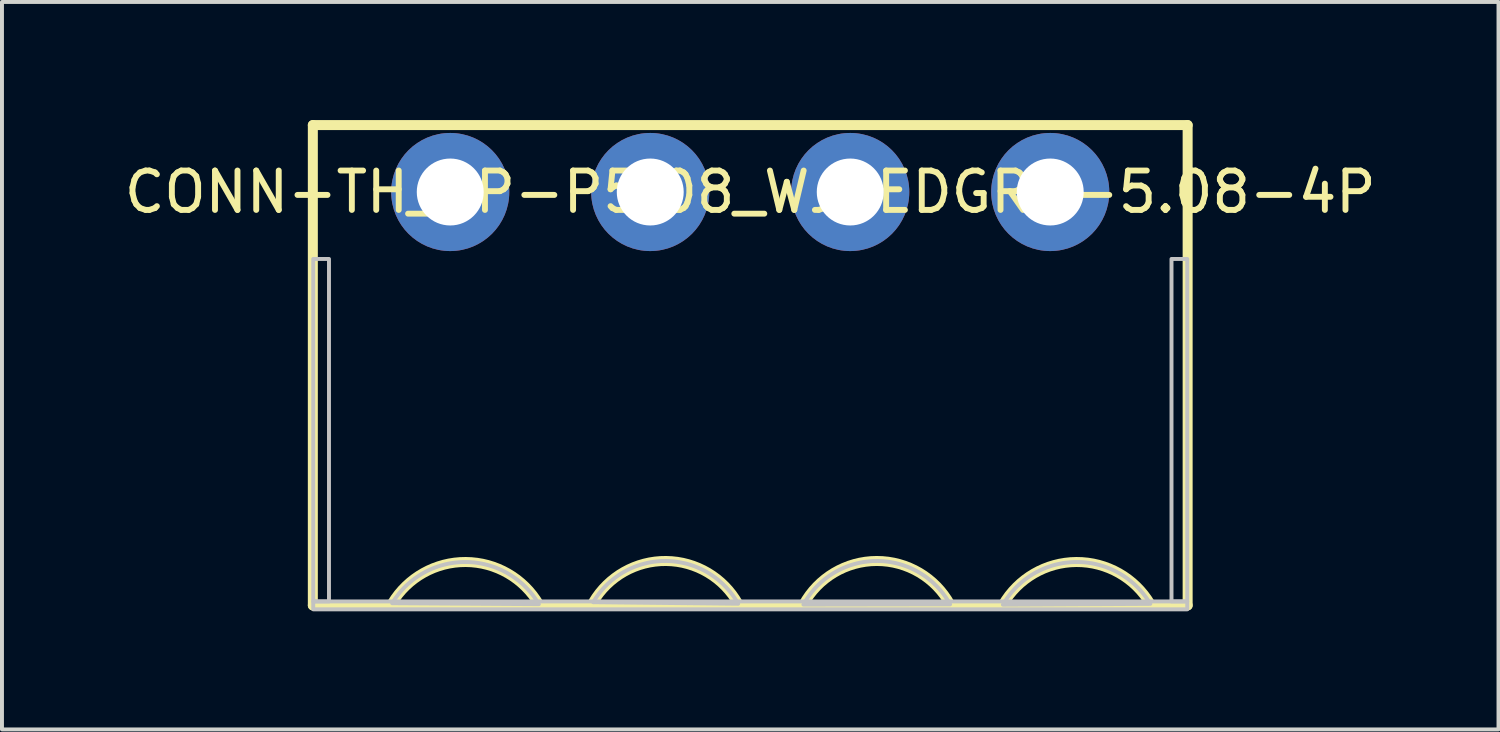
<source format=kicad_pcb>
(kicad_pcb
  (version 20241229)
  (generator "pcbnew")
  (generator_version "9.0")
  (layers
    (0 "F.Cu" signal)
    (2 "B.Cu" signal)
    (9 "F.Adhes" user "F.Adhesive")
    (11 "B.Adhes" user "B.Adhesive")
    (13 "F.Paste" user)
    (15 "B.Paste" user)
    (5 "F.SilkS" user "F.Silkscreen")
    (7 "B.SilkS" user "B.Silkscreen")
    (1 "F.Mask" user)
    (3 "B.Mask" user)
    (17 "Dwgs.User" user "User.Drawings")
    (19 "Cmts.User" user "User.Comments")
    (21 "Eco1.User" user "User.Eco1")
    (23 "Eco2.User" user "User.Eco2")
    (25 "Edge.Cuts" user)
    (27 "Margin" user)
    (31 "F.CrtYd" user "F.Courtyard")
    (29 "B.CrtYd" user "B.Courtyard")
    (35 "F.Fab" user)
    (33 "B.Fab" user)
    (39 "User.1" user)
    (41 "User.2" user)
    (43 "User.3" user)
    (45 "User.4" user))
  (footprint "CONN-TH_4P-P5.08_WJ2EDGRC-5.08-4P"
    (layer "F.Cu")
    (at 16.006 1.827)
    (property "Reference" "CONN-TH_4P-P5.08_WJ2EDGRC-5.08-4P" (at 0 0 0) (unlocked yes) (layer "F.SilkS") (effects (font (size 1 1) (thickness 0.15))))
    (fp_line (start -11.11 -1.7) (end -11.11 10.5) (stroke (width 0.254) (type default)) (layer "F.SilkS"))
    (fp_line (start -11.11 10.5) (end 11.11 10.5) (stroke (width 0.254) (type default)) (layer "F.SilkS"))
    (fp_line (start 11.11 -1.7) (end -11.11 -1.7) (stroke (width 0.254) (type default)) (layer "F.SilkS"))
    (fp_line (start 11.11 10.5) (end 11.11 -1.7) (stroke (width 0.254) (type default)) (layer "F.SilkS"))
    (fp_arc (start -9.0955 10.445) (mid -7.225323 9.397832) (end -5.3685 10.4685) (stroke (width 0.254) (type default)) (layer "F.SilkS"))
    (fp_arc (start -3.9895 10.419) (mid -2.136488 9.372042) (end -0.306 10.458) (stroke (width 0.254) (type default)) (layer "F.SilkS"))
    (fp_arc (start 1.351 10.479) (mid 3.212368 9.371913) (end 5.077 10.4735) (stroke (width 0.254) (type default)) (layer "F.SilkS"))
    (fp_arc (start 6.417 10.4825) (mid 8.283408 9.397955) (end 10.162 10.4615) (stroke (width 0.254) (type default)) (layer "F.SilkS"))
    (fp_poly (pts (xy -11.1 10.4) (xy -11.1 1.7) (xy -10.7 1.7) (xy -10.7 10.4)) (stroke (width 0.1) (type default)) (fill no) (layer "Dwgs.User"))
    (fp_poly (pts (xy -11.1 10.4) (xy 11.1 10.4) (xy 11.1 10.6) (xy -11.1 10.6)) (stroke (width 0.1) (type default)) (fill no) (layer "Dwgs.User"))
    (fp_poly (pts (xy 11.1 10.4) (xy 11.1 1.7) (xy 10.7 1.7) (xy 10.7 10.4)) (stroke (width 0.1) (type default)) (fill no) (layer "Dwgs.User"))
    (fp_poly (pts (xy -7.144 9.4) (xy -7.21 9.398) (xy -7.277 9.398) (xy -7.343 9.4) (xy -7.409 9.405) (xy -7.475 9.411) (xy -7.541 9.419) (xy -7.606 9.429) (xy -7.672 9.441) (xy -7.737 9.456) (xy -7.801 9.472) (xy -7.865 9.49) (xy -7.928 9.51) (xy -7.991 9.532) (xy -8.053 9.556) (xy -8.114 9.582) (xy -8.175 9.61) (xy -8.233 9.639) (xy -8.292 9.671) (xy -8.35 9.704) (xy -8.406 9.739) (xy -8.461 9.775) (xy -8.516 9.813) (xy -8.569 9.854) (xy -8.621 9.895) (xy -8.671 9.938) (xy -8.72 9.982) (xy -8.768 10.028) (xy -8.815 10.076) (xy -8.86 10.125) (xy -8.903 10.175) (xy -8.944 10.227) (xy -8.985 10.28) (xy -9.024 10.334) (xy -9.06 10.389) (xy -9.095 10.445) (xy -5.369 10.469) (xy -5.387 10.438) (xy -5.423 10.382) (xy -5.46 10.326) (xy -5.498 10.273) (xy -5.538 10.22) (xy -5.58 10.168) (xy -5.625 10.118) (xy -5.67 10.07) (xy -5.716 10.023) (xy -5.764 9.976) (xy -5.813 9.932) (xy -5.864 9.889) (xy -5.916 9.848) (xy -5.969 9.809) (xy -6.024 9.771) (xy -6.079 9.734) (xy -6.136 9.7) (xy -6.194 9.666) (xy -6.252 9.636) (xy -6.311 9.606) (xy -6.372 9.579) (xy -6.434 9.553) (xy -6.495 9.529) (xy -6.558 9.508) (xy -6.622 9.488) (xy -6.685 9.47) (xy -6.75 9.454) (xy -6.814 9.44) (xy -6.88 9.428) (xy -6.946 9.418) (xy -7.011 9.409) (xy -7.077 9.404)) (stroke (width 0.1) (type default)) (fill no) (layer "Dwgs.User"))
    (fp_poly (pts (xy -2.067 9.374) (xy -2.132 9.372) (xy -2.198 9.373) (xy -2.264 9.374) (xy -2.329 9.379) (xy -2.395 9.385) (xy -2.46 9.393) (xy -2.525 9.403) (xy -2.59 9.416) (xy -2.654 9.431) (xy -2.717 9.447) (xy -2.78 9.465) (xy -2.842 9.485) (xy -2.905 9.507) (xy -2.966 9.531) (xy -3.026 9.557) (xy -3.086 9.585) (xy -3.144 9.614) (xy -3.202 9.646) (xy -3.259 9.679) (xy -3.314 9.713) (xy -3.369 9.751) (xy -3.422 9.789) (xy -3.474 9.829) (xy -3.526 9.87) (xy -3.575 9.913) (xy -3.623 9.957) (xy -3.67 10.004) (xy -3.716 10.051) (xy -3.76 10.1) (xy -3.802 10.15) (xy -3.842 10.201) (xy -3.882 10.254) (xy -3.92 10.308) (xy -3.955 10.363) (xy -3.99 10.419) (xy -0.306 10.458) (xy -0.335 10.408) (xy -0.369 10.352) (xy -0.406 10.297) (xy -0.444 10.243) (xy -0.483 10.191) (xy -0.524 10.14) (xy -0.567 10.09) (xy -0.612 10.041) (xy -0.657 9.995) (xy -0.704 9.948) (xy -0.752 9.905) (xy -0.802 9.861) (xy -0.854 9.82) (xy -0.906 9.781) (xy -0.96 9.743) (xy -1.014 9.707) (xy -1.071 9.672) (xy -1.127 9.639) (xy -1.185 9.608) (xy -1.244 9.579) (xy -1.304 9.552) (xy -1.364 9.527) (xy -1.425 9.502) (xy -1.488 9.481) (xy -1.55 9.461) (xy -1.613 9.443) (xy -1.677 9.428) (xy -1.741 9.414) (xy -1.806 9.402) (xy -1.871 9.392) (xy -1.936 9.383) (xy -2.002 9.378)) (stroke (width 0.1) (type default)) (fill no) (layer "Dwgs.User"))
    (fp_poly (pts (xy 8.348 9.399) (xy 8.281 9.398) (xy 8.214 9.399) (xy 8.149 9.403) (xy 8.082 9.409) (xy 8.016 9.416) (xy 7.95 9.425) (xy 7.885 9.437) (xy 7.82 9.45) (xy 7.755 9.466) (xy 7.691 9.483) (xy 7.628 9.503) (xy 7.566 9.524) (xy 7.503 9.547) (xy 7.441 9.573) (xy 7.381 9.6) (xy 7.322 9.629) (xy 7.263 9.659) (xy 7.205 9.692) (xy 7.148 9.726) (xy 7.092 9.762) (xy 7.037 9.8) (xy 6.984 9.839) (xy 6.931 9.88) (xy 6.88 9.923) (xy 6.831 9.967) (xy 6.782 10.012) (xy 6.736 10.059) (xy 6.691 10.108) (xy 6.646 10.158) (xy 6.604 10.209) (xy 6.564 10.261) (xy 6.524 10.315) (xy 6.487 10.37) (xy 6.451 10.425) (xy 6.417 10.482) (xy 10.162 10.461) (xy 10.159 10.457) (xy 10.124 10.401) (xy 10.088 10.345) (xy 10.05 10.291) (xy 10.01 10.238) (xy 9.969 10.186) (xy 9.925 10.136) (xy 9.881 10.086) (xy 9.835 10.039) (xy 9.787 9.992) (xy 9.739 9.947) (xy 9.688 9.904) (xy 9.637 9.862) (xy 9.584 9.822) (xy 9.53 9.783) (xy 9.475 9.746) (xy 9.418 9.711) (xy 9.361 9.678) (xy 9.303 9.646) (xy 9.243 9.616) (xy 9.184 9.588) (xy 9.123 9.562) (xy 9.061 9.537) (xy 8.998 9.514) (xy 8.935 9.494) (xy 8.871 9.476) (xy 8.807 9.459) (xy 8.742 9.444) (xy 8.678 9.431) (xy 8.612 9.421) (xy 8.546 9.412) (xy 8.48 9.405) (xy 8.414 9.401)) (stroke (width 0.1) (type default)) (fill no) (layer "Dwgs.User"))
    (fp_poly (pts (xy 3.304 9.374) (xy 3.239 9.372) (xy 3.173 9.373) (xy 3.107 9.374) (xy 3.042 9.379) (xy 2.977 9.386) (xy 2.912 9.394) (xy 2.846 9.404) (xy 2.782 9.416) (xy 2.718 9.431) (xy 2.655 9.447) (xy 2.591 9.466) (xy 2.529 9.486) (xy 2.467 9.508) (xy 2.406 9.533) (xy 2.345 9.559) (xy 2.286 9.586) (xy 2.228 9.616) (xy 2.17 9.648) (xy 2.113 9.681) (xy 2.058 9.716) (xy 2.003 9.752) (xy 1.95 9.79) (xy 1.897 9.831) (xy 1.847 9.872) (xy 1.797 9.915) (xy 1.749 9.96) (xy 1.702 10.006) (xy 1.657 10.053) (xy 1.613 10.102) (xy 1.571 10.152) (xy 1.53 10.204) (xy 1.491 10.257) (xy 1.454 10.31) (xy 1.417 10.366) (xy 1.383 10.422) (xy 1.351 10.479) (xy 5.077 10.473) (xy 5.071 10.462) (xy 5.038 10.405) (xy 5.003 10.35) (xy 4.967 10.294) (xy 4.929 10.241) (xy 4.889 10.188) (xy 4.848 10.137) (xy 4.806 10.088) (xy 4.761 10.039) (xy 4.715 9.992) (xy 4.668 9.947) (xy 4.62 9.902) (xy 4.569 9.86) (xy 4.519 9.819) (xy 4.466 9.779) (xy 4.412 9.741) (xy 4.357 9.705) (xy 4.301 9.671) (xy 4.245 9.638) (xy 4.186 9.607) (xy 4.128 9.578) (xy 4.068 9.55) (xy 4.008 9.525) (xy 3.946 9.502) (xy 3.884 9.48) (xy 3.821 9.46) (xy 3.758 9.443) (xy 3.695 9.427) (xy 3.63 9.413) (xy 3.566 9.401) (xy 3.501 9.391) (xy 3.436 9.383) (xy 3.37 9.377)) (stroke (width 0.1) (type default)) (fill no) (layer "Dwgs.User"))
    (fp_poly (pts (xy -8.12 -0.5) (xy -7.12 -0.5) (xy -7.12 0.5) (xy -8.12 0.5)) (stroke (width 0.1) (type default)) (fill no) (layer "User.1"))
    (fp_poly (pts (xy -3.04 -0.5) (xy -2.04 -0.5) (xy -2.04 0.5) (xy -3.04 0.5)) (stroke (width 0.1) (type default)) (fill no) (layer "User.1"))
    (fp_poly (pts (xy 2.04 -0.5) (xy 3.04 -0.5) (xy 3.04 0.5) (xy 2.04 0.5)) (stroke (width 0.1) (type default)) (fill no) (layer "User.1"))
    (fp_poly (pts (xy 7.12 -0.5) (xy 8.12 -0.5) (xy 8.12 0.5) (xy 7.12 0.5)) (stroke (width 0.1) (type default)) (fill no) (layer "User.1"))
    (fp_line (start -11.11 -1.7) (end 11.11 -1.7) (stroke (width 0.051) (type default)) (layer "User.2"))
    (fp_line (start -11.11 10.5) (end -11.11 -1.7) (stroke (width 0.051) (type default)) (layer "User.2"))
    (fp_line (start 11.11 -1.7) (end 11.11 10.5) (stroke (width 0.051) (type default)) (layer "User.2"))
    (fp_line (start 11.11 10.5) (end -11.11 10.5) (stroke (width 0.051) (type default)) (layer "User.2"))
    (fp_poly (pts (xy -11.05 10.5) (xy -11.068 10.458) (xy -11.11 10.44) (xy -11.152 10.458) (xy -11.17 10.5) (xy -11.152 10.542) (xy -11.11 10.56) (xy -11.068 10.542)) (stroke (width 0.1) (type default)) (fill no) (layer "User.3"))
    (pad "1" thru_hole circle (at -7.62 0) (size 3 3) (drill 1.7) (layers "*.Cu" "*.Mask"))
    (pad "2" thru_hole circle (at -2.54 0) (size 3 3) (drill 1.7) (layers "*.Cu" "*.Mask"))
    (pad "3" thru_hole circle (at 2.54 0) (size 3 3) (drill 1.7) (layers "*.Cu" "*.Mask"))
    (pad "4" thru_hole circle (at 7.62 0) (size 3 3) (drill 1.7) (layers "*.Cu" "*.Mask")))
  (gr_rect
    (start -3 -3)
    (end 35.012 15.477)
    (stroke (width 0.1) (type default))
    (fill no)
    (layer "Edge.Cuts")))
</source>
